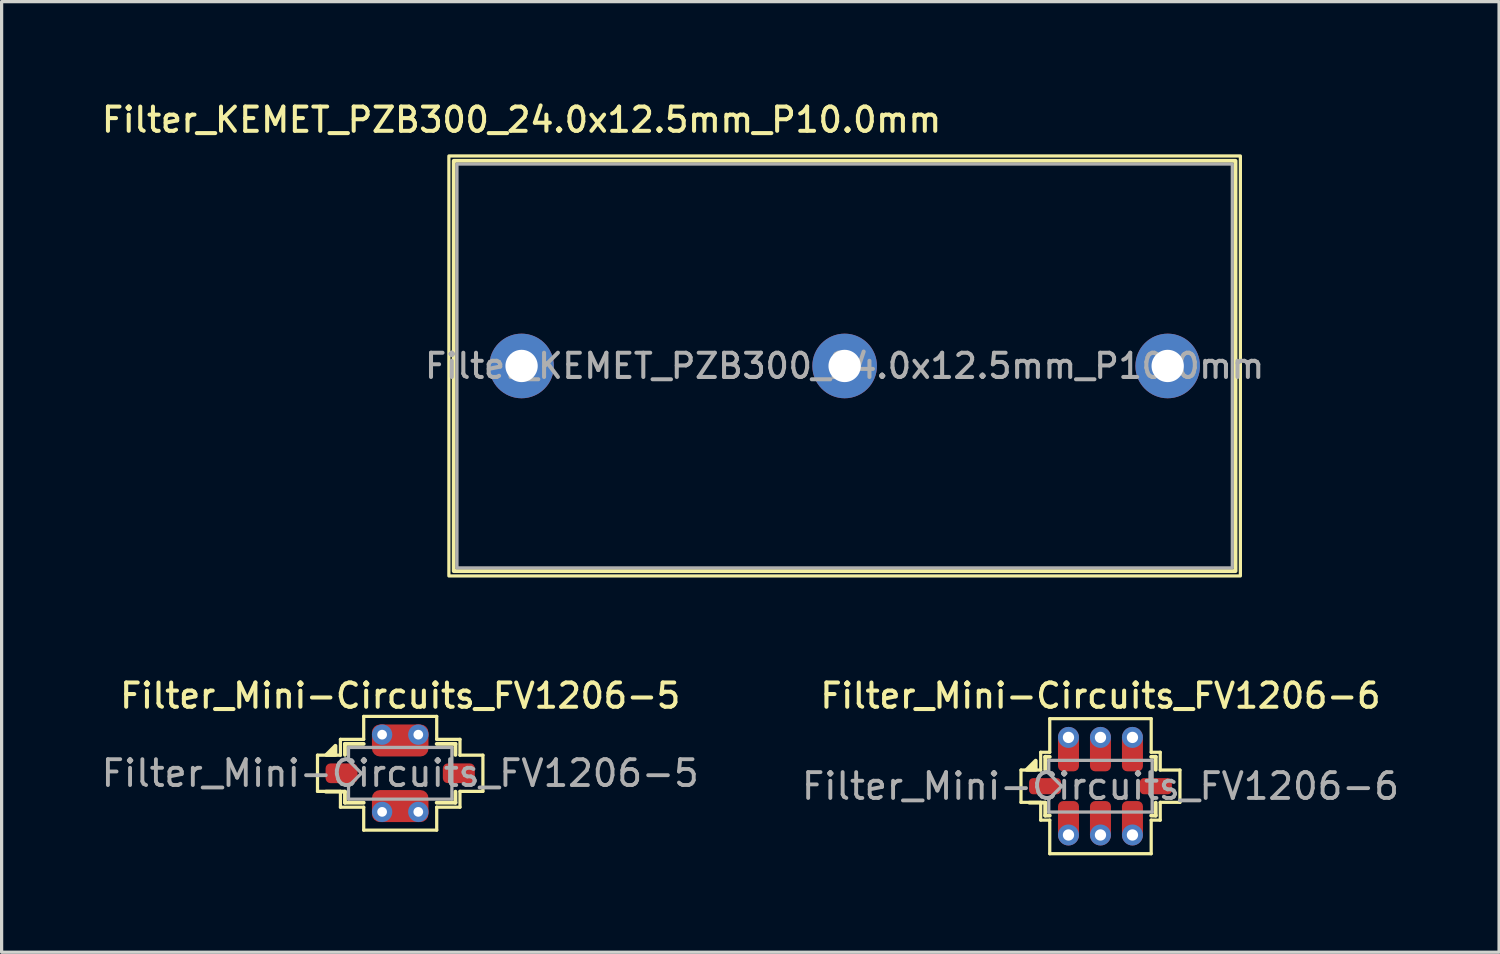
<source format=kicad_pcb>
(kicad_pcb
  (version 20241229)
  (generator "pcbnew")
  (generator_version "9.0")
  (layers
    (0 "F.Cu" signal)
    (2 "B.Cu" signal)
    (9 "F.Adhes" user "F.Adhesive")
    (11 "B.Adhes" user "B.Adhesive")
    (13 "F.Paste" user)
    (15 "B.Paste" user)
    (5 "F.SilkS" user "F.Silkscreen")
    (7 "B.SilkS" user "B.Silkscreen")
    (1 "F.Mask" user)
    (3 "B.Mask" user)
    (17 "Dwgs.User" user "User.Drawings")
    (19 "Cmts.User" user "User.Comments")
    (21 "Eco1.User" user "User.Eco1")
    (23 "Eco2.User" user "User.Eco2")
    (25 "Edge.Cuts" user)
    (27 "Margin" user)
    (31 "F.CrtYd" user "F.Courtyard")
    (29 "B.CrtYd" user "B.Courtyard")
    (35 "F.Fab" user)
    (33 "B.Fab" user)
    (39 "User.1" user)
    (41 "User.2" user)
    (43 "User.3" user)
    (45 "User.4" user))
  (footprint "Filter_KEMET_PZB300_24.0x12.5mm_P10.0mm"
    (layer "F.Cu")
    (at 13.095 8.278)
    (property "Reference" "Filter_KEMET_PZB300_24.0x12.5mm_P10.0mm" (at 0 -7.62 0) (layer "F.SilkS") (effects (font (size 0.75 0.75) (thickness 0.125))))
    (attr through_hole)
    (fp_rect (start -2.25 -6.5) (end 22.25 6.5) (stroke (width 0.1) (type default)) (fill no) (layer "F.SilkS"))
    (fp_rect (start -2.1 -6.35) (end 22.1 6.35) (stroke (width 0.12) (type default)) (fill no) (layer "F.SilkS"))
    (fp_rect (start -2 -6.25) (end 22 6.25) (stroke (width 0.1) (type default)) (fill no) (layer "F.Fab"))
    (fp_text user "${REFERENCE}" (at 10 0 180) (layer "F.Fab") (effects (font (size 0.75 0.75) (thickness 0.125))))
    (pad "1" thru_hole circle (at 0 0 180) (size 2 2) (drill 1) (layers "*.Cu" "*.Mask"))
    (pad "2" thru_hole circle (at 20 0 180) (size 2 2) (drill 1) (layers "*.Cu" "*.Mask"))
    (pad "3" thru_hole circle (at 10 0 180) (size 2 2) (drill 1) (layers "*.Cu" "*.Mask")))
  (footprint "Filter_Mini-Circuits_FV1206-5"
    (layer "F.Cu")
    (at 9.338 20.886)
    (property "Reference" "Filter_Mini-Circuits_FV1206-5" (at 0 -2.4 0) (layer "F.SilkS") (effects (font (size 0.75 0.75) (thickness 0.125))))
    (attr smd)
    (fp_line (start -2.56 -0.56) (end -2.56 0.56) (stroke (width 0.1) (type solid)) (layer "F.SilkS"))
    (fp_line (start -2.56 -0.56) (end -1.85 -0.56) (stroke (width 0.1) (type solid)) (layer "F.SilkS"))
    (fp_line (start -2.56 0.56) (end -1.85 0.56) (stroke (width 0.1) (type solid)) (layer "F.SilkS"))
    (fp_line (start -1.85 -1.05) (end -1.85 -0.56) (stroke (width 0.1) (type solid)) (layer "F.SilkS"))
    (fp_line (start -1.85 -1.05) (end -1.13 -1.05) (stroke (width 0.1) (type solid)) (layer "F.SilkS"))
    (fp_line (start -1.85 0.56) (end -1.85 1.05) (stroke (width 0.1) (type solid)) (layer "F.SilkS"))
    (fp_line (start -1.85 1.05) (end -1.13 1.05) (stroke (width 0.1) (type solid)) (layer "F.SilkS"))
    (fp_line (start -1.71 -0.91) (end -1.71 -0.57) (stroke (width 0.12) (type solid)) (layer "F.SilkS"))
    (fp_line (start -1.71 -0.91) (end -1.13 -0.91) (stroke (width 0.12) (type solid)) (layer "F.SilkS"))
    (fp_line (start -1.71 0.57) (end -2.3 0.57) (stroke (width 0.12) (type solid)) (layer "F.SilkS"))
    (fp_line (start -1.71 0.57) (end -1.71 0.91) (stroke (width 0.12) (type solid)) (layer "F.SilkS"))
    (fp_line (start -1.71 0.91) (end -1.13 0.91) (stroke (width 0.12) (type solid)) (layer "F.SilkS"))
    (fp_line (start -1.13 -1.76) (end 1.13 -1.76) (stroke (width 0.1) (type solid)) (layer "F.SilkS"))
    (fp_line (start -1.13 -1.05) (end -1.13 -1.76) (stroke (width 0.1) (type solid)) (layer "F.SilkS"))
    (fp_line (start -1.13 1.76) (end -1.13 1.05) (stroke (width 0.1) (type solid)) (layer "F.SilkS"))
    (fp_line (start -1.13 1.76) (end 1.13 1.76) (stroke (width 0.1) (type solid)) (layer "F.SilkS"))
    (fp_line (start 1.13 -1.05) (end 1.13 -1.76) (stroke (width 0.1) (type solid)) (layer "F.SilkS"))
    (fp_line (start 1.13 -1.05) (end 1.85 -1.05) (stroke (width 0.1) (type solid)) (layer "F.SilkS"))
    (fp_line (start 1.13 -0.91) (end 1.71 -0.91) (stroke (width 0.12) (type solid)) (layer "F.SilkS"))
    (fp_line (start 1.13 0.91) (end 1.71 0.91) (stroke (width 0.12) (type solid)) (layer "F.SilkS"))
    (fp_line (start 1.13 1.05) (end 1.85 1.05) (stroke (width 0.1) (type solid)) (layer "F.SilkS"))
    (fp_line (start 1.13 1.76) (end 1.13 1.05) (stroke (width 0.1) (type solid)) (layer "F.SilkS"))
    (fp_line (start 1.71 -0.91) (end 1.71 -0.57) (stroke (width 0.12) (type solid)) (layer "F.SilkS"))
    (fp_line (start 1.71 0.57) (end 1.71 0.91) (stroke (width 0.12) (type solid)) (layer "F.SilkS"))
    (fp_line (start 1.85 -1.05) (end 1.85 -0.56) (stroke (width 0.1) (type solid)) (layer "F.SilkS"))
    (fp_line (start 1.85 -0.56) (end 2.56 -0.56) (stroke (width 0.1) (type solid)) (layer "F.SilkS"))
    (fp_line (start 1.85 0.56) (end 1.85 1.05) (stroke (width 0.1) (type solid)) (layer "F.SilkS"))
    (fp_line (start 1.85 0.56) (end 2.56 0.56) (stroke (width 0.1) (type solid)) (layer "F.SilkS"))
    (fp_line (start 2.56 -0.56) (end 2.56 0.56) (stroke (width 0.1) (type solid)) (layer "F.SilkS"))
    (fp_poly (pts (xy -2.005 -0.57) (xy -2.285 -0.57) (xy -2.005 -0.85) (xy -2.005 -0.57)) (stroke (width 0.12) (type solid)) (fill yes) (layer "F.SilkS"))
    (fp_line (start -1.6 -0.8) (end -1.6 -0.4) (stroke (width 0.1) (type solid)) (layer "F.Fab"))
    (fp_line (start -1.6 -0.8) (end 1.6 -0.8) (stroke (width 0.1) (type solid)) (layer "F.Fab"))
    (fp_line (start -1.6 0.8) (end -1.6 0.4) (stroke (width 0.1) (type solid)) (layer "F.Fab"))
    (fp_line (start -1.2 0) (end -1.6 -0.4) (stroke (width 0.1) (type solid)) (layer "F.Fab"))
    (fp_line (start -1.2 0) (end -1.6 0.4) (stroke (width 0.1) (type solid)) (layer "F.Fab"))
    (fp_line (start 1.6 -0.8) (end 1.6 0.8) (stroke (width 0.1) (type solid)) (layer "F.Fab"))
    (fp_line (start 1.6 0.8) (end -1.6 0.8) (stroke (width 0.1) (type solid)) (layer "F.Fab"))
    (fp_text user "${REFERENCE}" (at 0 0 0) (layer "F.Fab") (effects (font (size 0.8 0.8) (thickness 0.12))))
    (pad "1" smd roundrect (at -1.815 0) (size 0.99 0.61) (layers "F.Cu" "F.Mask" "F.Paste") (roundrect_rratio 0.25))
    (pad "2" thru_hole circle (at -0.56 1.195) (size 0.63 0.63) (drill 0.3) (layers "*.Cu" "*.Mask"))
    (pad "2" smd roundrect (at 0 1.015) (size 1.75 0.99) (layers "F.Cu" "F.Mask" "F.Paste") (roundrect_rratio 0.25))
    (pad "2" thru_hole circle (at 0.56 1.195) (size 0.63 0.63) (drill 0.3) (layers "*.Cu" "*.Mask"))
    (pad "3" smd roundrect (at 1.815 0) (size 0.99 0.61) (layers "F.Cu" "F.Mask" "F.Paste") (roundrect_rratio 0.25))
    (pad "4" thru_hole circle (at -0.56 -1.195) (size 0.63 0.63) (drill 0.3) (layers "*.Cu" "*.Mask"))
    (pad "4" smd roundrect (at 0 -1.015) (size 1.75 0.99) (layers "F.Cu" "F.Mask" "F.Paste") (roundrect_rratio 0.25))
    (pad "4" thru_hole circle (at 0.56 -1.195) (size 0.63 0.63) (drill 0.3) (layers "*.Cu" "*.Mask")))
  (footprint "Filter_Mini-Circuits_FV1206-6"
    (layer "F.Cu")
    (at 31.014 21.286)
    (property "Reference" "Filter_Mini-Circuits_FV1206-6" (at 0 -2.8 0) (layer "F.SilkS") (effects (font (size 0.75 0.75) (thickness 0.125))))
    (attr smd)
    (fp_line (start -2.46 -0.5) (end -1.85 -0.5) (stroke (width 0.1) (type solid)) (layer "F.SilkS"))
    (fp_line (start -2.46 0.5) (end -2.46 -0.5) (stroke (width 0.1) (type solid)) (layer "F.SilkS"))
    (fp_line (start -2.46 0.5) (end -1.85 0.5) (stroke (width 0.1) (type solid)) (layer "F.SilkS"))
    (fp_line (start -2.2 0.51) (end -1.71 0.51) (stroke (width 0.12) (type solid)) (layer "F.SilkS"))
    (fp_line (start -1.85 -0.5) (end -1.85 -1.05) (stroke (width 0.1) (type solid)) (layer "F.SilkS"))
    (fp_line (start -1.85 1.05) (end -1.85 0.5) (stroke (width 0.1) (type solid)) (layer "F.SilkS"))
    (fp_line (start -1.71 -0.91) (end -1.71 -0.51) (stroke (width 0.12) (type solid)) (layer "F.SilkS"))
    (fp_line (start -1.71 -0.91) (end -1.57 -0.91) (stroke (width 0.12) (type solid)) (layer "F.SilkS"))
    (fp_line (start -1.71 0.51) (end -1.71 0.91) (stroke (width 0.12) (type solid)) (layer "F.SilkS"))
    (fp_line (start -1.57 -1.05) (end -1.85 -1.05) (stroke (width 0.1) (type solid)) (layer "F.SilkS"))
    (fp_line (start -1.57 -1.05) (end -1.57 -2.09) (stroke (width 0.1) (type solid)) (layer "F.SilkS"))
    (fp_line (start -1.57 0.91) (end -1.71 0.91) (stroke (width 0.12) (type solid)) (layer "F.SilkS"))
    (fp_line (start -1.57 1.05) (end -1.85 1.05) (stroke (width 0.1) (type solid)) (layer "F.SilkS"))
    (fp_line (start -1.57 2.09) (end -1.57 1.05) (stroke (width 0.1) (type solid)) (layer "F.SilkS"))
    (fp_line (start 1.57 -2.09) (end -1.57 -2.09) (stroke (width 0.1) (type solid)) (layer "F.SilkS"))
    (fp_line (start 1.57 -1.05) (end 1.57 -2.09) (stroke (width 0.1) (type solid)) (layer "F.SilkS"))
    (fp_line (start 1.57 -0.91) (end 1.71 -0.91) (stroke (width 0.12) (type solid)) (layer "F.SilkS"))
    (fp_line (start 1.57 2.09) (end -1.57 2.09) (stroke (width 0.1) (type solid)) (layer "F.SilkS"))
    (fp_line (start 1.57 2.09) (end 1.57 1.05) (stroke (width 0.1) (type solid)) (layer "F.SilkS"))
    (fp_line (start 1.71 -0.91) (end 1.71 -0.51) (stroke (width 0.12) (type solid)) (layer "F.SilkS"))
    (fp_line (start 1.71 0.51) (end 1.71 0.91) (stroke (width 0.12) (type solid)) (layer "F.SilkS"))
    (fp_line (start 1.71 0.91) (end 1.57 0.91) (stroke (width 0.12) (type solid)) (layer "F.SilkS"))
    (fp_line (start 1.85 -1.05) (end 1.57 -1.05) (stroke (width 0.1) (type solid)) (layer "F.SilkS"))
    (fp_line (start 1.85 -0.5) (end 1.85 -1.05) (stroke (width 0.1) (type solid)) (layer "F.SilkS"))
    (fp_line (start 1.85 -0.5) (end 2.46 -0.5) (stroke (width 0.1) (type solid)) (layer "F.SilkS"))
    (fp_line (start 1.85 0.5) (end 2.46 0.5) (stroke (width 0.1) (type solid)) (layer "F.SilkS"))
    (fp_line (start 1.85 1.05) (end 1.57 1.05) (stroke (width 0.1) (type solid)) (layer "F.SilkS"))
    (fp_line (start 1.85 1.05) (end 1.85 0.5) (stroke (width 0.1) (type solid)) (layer "F.SilkS"))
    (fp_line (start 2.46 0.5) (end 2.46 -0.5) (stroke (width 0.1) (type solid)) (layer "F.SilkS"))
    (fp_poly (pts (xy -2.005 -0.51) (xy -2.285 -0.51) (xy -2.005 -0.79) (xy -2.005 -0.51)) (stroke (width 0.12) (type solid)) (fill yes) (layer "F.SilkS"))
    (fp_line (start -1.6 -0.4) (end -1.6 -0.8) (stroke (width 0.1) (type solid)) (layer "F.Fab"))
    (fp_line (start -1.6 -0.4) (end -1.2 0) (stroke (width 0.1) (type solid)) (layer "F.Fab"))
    (fp_line (start -1.6 0.4) (end -1.6 0.8) (stroke (width 0.1) (type solid)) (layer "F.Fab"))
    (fp_line (start -1.6 0.4) (end -1.2 0) (stroke (width 0.1) (type solid)) (layer "F.Fab"))
    (fp_line (start -1.6 0.8) (end 1.6 0.8) (stroke (width 0.1) (type solid)) (layer "F.Fab"))
    (fp_line (start 1.6 -0.8) (end -1.6 -0.8) (stroke (width 0.1) (type solid)) (layer "F.Fab"))
    (fp_line (start 1.6 0.8) (end 1.6 -0.8) (stroke (width 0.1) (type solid)) (layer "F.Fab"))
    (fp_text user "${REFERENCE}" (at 0 0 0) (layer "F.Fab") (effects (font (size 0.8 0.8) (thickness 0.12))))
    (pad "1" smd roundrect (at -1.715 0) (size 0.99 0.5) (layers "F.Cu" "F.Mask" "F.Paste") (roundrect_rratio 0.25))
    (pad "2" smd roundrect (at -0.99 1.066) (size 0.65 1.212) (layers "F.Cu" "F.Mask" "F.Paste") (roundrect_rratio 0.25))
    (pad "2" thru_hole circle (at -0.99 1.51) (size 0.65 0.65) (drill 0.35) (layers "*.Cu" "*.Mask"))
    (pad "3" smd roundrect (at 0 1.066) (size 0.65 1.212) (layers "F.Cu" "F.Mask" "F.Paste") (roundrect_rratio 0.25))
    (pad "3" thru_hole circle (at 0 1.51) (size 0.65 0.65) (drill 0.35) (layers "*.Cu" "*.Mask"))
    (pad "4" smd roundrect (at 0.99 1.066) (size 0.65 1.212) (layers "F.Cu" "F.Mask" "F.Paste") (roundrect_rratio 0.25))
    (pad "4" thru_hole circle (at 0.99 1.51) (size 0.65 0.65) (drill 0.35) (layers "*.Cu" "*.Mask"))
    (pad "5" smd roundrect (at 1.715 0) (size 0.99 0.5) (layers "F.Cu" "F.Mask" "F.Paste") (roundrect_rratio 0.25))
    (pad "6" thru_hole circle (at 0.99 -1.51) (size 0.65 0.65) (drill 0.35) (layers "*.Cu" "*.Mask"))
    (pad "6" smd roundrect (at 0.99 -1.066) (size 0.65 1.212) (layers "F.Cu" "F.Mask" "F.Paste") (roundrect_rratio 0.25))
    (pad "7" thru_hole circle (at 0 -1.51) (size 0.65 0.65) (drill 0.35) (layers "*.Cu" "*.Mask"))
    (pad "7" smd roundrect (at 0 -1.066) (size 0.65 1.212) (layers "F.Cu" "F.Mask" "F.Paste") (roundrect_rratio 0.25))
    (pad "8" thru_hole circle (at -0.99 -1.51) (size 0.65 0.65) (drill 0.35) (layers "*.Cu" "*.Mask"))
    (pad "8" smd roundrect (at -0.99 -1.066) (size 0.65 1.212) (layers "F.Cu" "F.Mask" "F.Paste") (roundrect_rratio 0.25)))
  (gr_rect
    (start -3 -3)
    (end 43.352 26.426)
    (stroke (width 0.1) (type default))
    (fill no)
    (layer "Edge.Cuts")))
</source>
